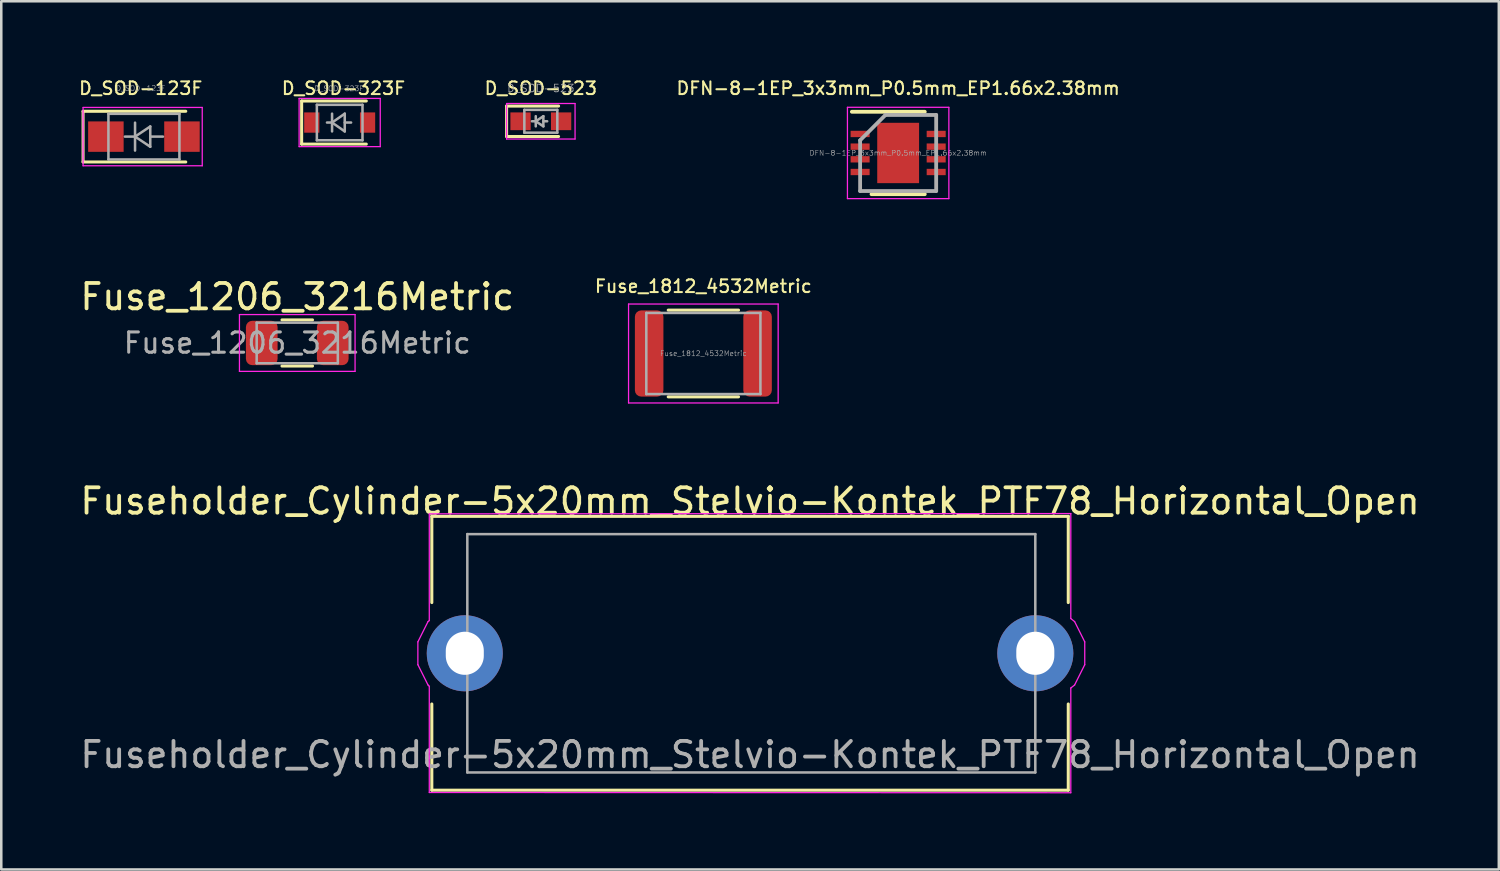
<source format=kicad_pcb>
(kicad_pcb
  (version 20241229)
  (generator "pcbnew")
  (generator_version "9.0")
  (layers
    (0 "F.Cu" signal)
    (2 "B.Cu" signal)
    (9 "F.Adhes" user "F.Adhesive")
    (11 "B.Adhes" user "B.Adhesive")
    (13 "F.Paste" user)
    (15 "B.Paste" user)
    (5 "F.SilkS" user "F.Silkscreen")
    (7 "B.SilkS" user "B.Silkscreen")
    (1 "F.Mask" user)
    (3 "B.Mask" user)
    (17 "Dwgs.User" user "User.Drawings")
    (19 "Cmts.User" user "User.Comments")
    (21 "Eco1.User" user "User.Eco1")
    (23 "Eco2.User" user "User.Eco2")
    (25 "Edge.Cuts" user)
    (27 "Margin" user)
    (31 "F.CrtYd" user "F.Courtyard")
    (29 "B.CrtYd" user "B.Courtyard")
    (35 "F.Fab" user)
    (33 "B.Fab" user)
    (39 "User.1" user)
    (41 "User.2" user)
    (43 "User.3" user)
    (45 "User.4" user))
  (footprint "D_SOD-523"
    (layer "F.Cu")
    (at 18.279 1.733)
    (property "Reference" "D_SOD-523" (at 0 -1.3 0) (layer "F.SilkS") (effects (font (size 0.5 0.5) (thickness 0.08))))
    (attr smd)
    (fp_line (start -1.35 -0.6) (end -1.35 0.6) (stroke (width 0.12) (type solid)) (layer "F.SilkS"))
    (fp_line (start 0.7 -0.6) (end -1.35 -0.6) (stroke (width 0.12) (type solid)) (layer "F.SilkS"))
    (fp_line (start 0.7 0.6) (end -1.35 0.6) (stroke (width 0.12) (type solid)) (layer "F.SilkS"))
    (fp_line (start -1.35 -0.7) (end 1.35 -0.7) (stroke (width 0.05) (type solid)) (layer "F.CrtYd"))
    (fp_line (start -1.35 0.7) (end -1.35 -0.7) (stroke (width 0.05) (type solid)) (layer "F.CrtYd"))
    (fp_line (start 1.35 -0.7) (end 1.35 0.7) (stroke (width 0.05) (type solid)) (layer "F.CrtYd"))
    (fp_line (start 1.35 0.7) (end -1.35 0.7) (stroke (width 0.05) (type solid)) (layer "F.CrtYd"))
    (fp_line (start -0.65 -0.45) (end 0.65 -0.45) (stroke (width 0.1) (type solid)) (layer "F.Fab"))
    (fp_line (start -0.65 0.45) (end -0.65 -0.45) (stroke (width 0.1) (type solid)) (layer "F.Fab"))
    (fp_line (start -0.2 0) (end -0.35 0) (stroke (width 0.1) (type solid)) (layer "F.Fab"))
    (fp_line (start -0.2 0) (end 0.1 0.2) (stroke (width 0.1) (type solid)) (layer "F.Fab"))
    (fp_line (start -0.2 0.2) (end -0.2 -0.2) (stroke (width 0.1) (type solid)) (layer "F.Fab"))
    (fp_line (start 0.1 -0.2) (end -0.2 0) (stroke (width 0.1) (type solid)) (layer "F.Fab"))
    (fp_line (start 0.1 0) (end 0.25 0) (stroke (width 0.1) (type solid)) (layer "F.Fab"))
    (fp_line (start 0.1 0.2) (end 0.1 -0.2) (stroke (width 0.1) (type solid)) (layer "F.Fab"))
    (fp_line (start 0.65 -0.45) (end 0.65 0.45) (stroke (width 0.1) (type solid)) (layer "F.Fab"))
    (fp_line (start 0.65 0.45) (end -0.65 0.45) (stroke (width 0.1) (type solid)) (layer "F.Fab"))
    (fp_text user "${REFERENCE}" (at 0 -1.3 0) (layer "F.Fab") (effects (font (size 0.3 0.3) (thickness 0.03))))
    (pad "1" smd rect (at -0.8 0 180) (size 0.8 0.7) (layers "F.Cu" "F.Mask" "F.Paste"))
    (pad "2" smd rect (at 0.8 0 180) (size 0.8 0.7) (layers "F.Cu" "F.Mask" "F.Paste")))
  (footprint "D_SOD-323F"
    (layer "F.Cu")
    (at 10.346 1.783)
    (property "Reference" "D_SOD-323F" (at 0.15 -1.35 0) (layer "F.SilkS") (effects (font (size 0.5 0.5) (thickness 0.08))))
    (attr smd)
    (fp_line (start -1.5 -0.85) (end -1.5 0.85) (stroke (width 0.12) (type solid)) (layer "F.SilkS"))
    (fp_line (start -1.5 -0.85) (end 1.05 -0.85) (stroke (width 0.12) (type solid)) (layer "F.SilkS"))
    (fp_line (start -1.5 0.85) (end 1.05 0.85) (stroke (width 0.12) (type solid)) (layer "F.SilkS"))
    (fp_line (start -1.6 -0.95) (end -1.6 0.95) (stroke (width 0.05) (type solid)) (layer "F.CrtYd"))
    (fp_line (start -1.6 -0.95) (end 1.6 -0.95) (stroke (width 0.05) (type solid)) (layer "F.CrtYd"))
    (fp_line (start -1.6 0.95) (end 1.6 0.95) (stroke (width 0.05) (type solid)) (layer "F.CrtYd"))
    (fp_line (start 1.6 -0.95) (end 1.6 0.95) (stroke (width 0.05) (type solid)) (layer "F.CrtYd"))
    (fp_line (start -0.9 -0.7) (end 0.9 -0.7) (stroke (width 0.1) (type solid)) (layer "F.Fab"))
    (fp_line (start -0.9 0.7) (end -0.9 -0.7) (stroke (width 0.1) (type solid)) (layer "F.Fab"))
    (fp_line (start -0.3 -0.35) (end -0.3 0.35) (stroke (width 0.1) (type solid)) (layer "F.Fab"))
    (fp_line (start -0.3 0) (end -0.5 0) (stroke (width 0.1) (type solid)) (layer "F.Fab"))
    (fp_line (start -0.3 0) (end 0.2 -0.35) (stroke (width 0.1) (type solid)) (layer "F.Fab"))
    (fp_line (start 0.2 -0.35) (end 0.2 0.35) (stroke (width 0.1) (type solid)) (layer "F.Fab"))
    (fp_line (start 0.2 0) (end 0.45 0) (stroke (width 0.1) (type solid)) (layer "F.Fab"))
    (fp_line (start 0.2 0.35) (end -0.3 0) (stroke (width 0.1) (type solid)) (layer "F.Fab"))
    (fp_line (start 0.9 -0.7) (end 0.9 0.7) (stroke (width 0.1) (type solid)) (layer "F.Fab"))
    (fp_line (start 0.9 0.7) (end -0.9 0.7) (stroke (width 0.1) (type solid)) (layer "F.Fab"))
    (fp_text user "${REFERENCE}" (at -0.03 -1.34 0) (layer "F.Fab") (effects (font (size 0.2 0.2) (thickness 0.02))))
    (pad "1" smd rect (at -1.1 0) (size 0.6 0.8) (layers "F.Cu" "F.Mask" "F.Paste"))
    (pad "2" smd rect (at 1.1 0) (size 0.6 0.8) (layers "F.Cu" "F.Mask" "F.Paste")))
  (footprint "Fuse_1812_4532Metric"
    (layer "F.Cu")
    (at 24.689 10.891)
    (property "Reference" "Fuse_1812_4532Metric" (at 0 -2.65 0) (layer "F.SilkS") (effects (font (size 0.5 0.5) (thickness 0.08))))
    (attr smd)
    (fp_line (start -1.386 -1.71) (end 1.386 -1.71) (stroke (width 0.12) (type solid)) (layer "F.SilkS"))
    (fp_line (start -1.386 1.71) (end 1.386 1.71) (stroke (width 0.12) (type solid)) (layer "F.SilkS"))
    (fp_line (start -2.95 -1.95) (end 2.95 -1.95) (stroke (width 0.05) (type solid)) (layer "F.CrtYd"))
    (fp_line (start -2.95 1.95) (end -2.95 -1.95) (stroke (width 0.05) (type solid)) (layer "F.CrtYd"))
    (fp_line (start 2.95 -1.95) (end 2.95 1.95) (stroke (width 0.05) (type solid)) (layer "F.CrtYd"))
    (fp_line (start 2.95 1.95) (end -2.95 1.95) (stroke (width 0.05) (type solid)) (layer "F.CrtYd"))
    (fp_line (start -2.25 -1.6) (end 2.25 -1.6) (stroke (width 0.1) (type solid)) (layer "F.Fab"))
    (fp_line (start -2.25 1.6) (end -2.25 -1.6) (stroke (width 0.1) (type solid)) (layer "F.Fab"))
    (fp_line (start 2.25 -1.6) (end 2.25 1.6) (stroke (width 0.1) (type solid)) (layer "F.Fab"))
    (fp_line (start 2.25 1.6) (end -2.25 1.6) (stroke (width 0.1) (type solid)) (layer "F.Fab"))
    (fp_text user "${REFERENCE}" (at 0 0 0) (layer "F.Fab") (effects (font (size 0.2 0.2) (thickness 0.02))))
    (pad "1" smd roundrect (at -2.138 0) (size 1.125 3.4) (layers "F.Cu" "F.Mask" "F.Paste") (roundrect_rratio 0.222))
    (pad "2" smd roundrect (at 2.138 0) (size 1.125 3.4) (layers "F.Cu" "F.Mask" "F.Paste") (roundrect_rratio 0.222)))
  (footprint "Fuse_1206_3216Metric"
    (layer "F.Cu")
    (at 8.673 10.476)
    (property "Reference" "Fuse_1206_3216Metric" (at 0 -1.82 0) (layer "F.SilkS") (effects (font (size 1 1) (thickness 0.15))))
    (attr smd)
    (fp_line (start -0.602 -0.91) (end 0.602 -0.91) (stroke (width 0.12) (type solid)) (layer "F.SilkS"))
    (fp_line (start -0.602 0.91) (end 0.602 0.91) (stroke (width 0.12) (type solid)) (layer "F.SilkS"))
    (fp_line (start -2.28 -1.12) (end 2.28 -1.12) (stroke (width 0.05) (type solid)) (layer "F.CrtYd"))
    (fp_line (start -2.28 1.12) (end -2.28 -1.12) (stroke (width 0.05) (type solid)) (layer "F.CrtYd"))
    (fp_line (start 2.28 -1.12) (end 2.28 1.12) (stroke (width 0.05) (type solid)) (layer "F.CrtYd"))
    (fp_line (start 2.28 1.12) (end -2.28 1.12) (stroke (width 0.05) (type solid)) (layer "F.CrtYd"))
    (fp_line (start -1.6 -0.8) (end 1.6 -0.8) (stroke (width 0.1) (type solid)) (layer "F.Fab"))
    (fp_line (start -1.6 0.8) (end -1.6 -0.8) (stroke (width 0.1) (type solid)) (layer "F.Fab"))
    (fp_line (start 1.6 -0.8) (end 1.6 0.8) (stroke (width 0.1) (type solid)) (layer "F.Fab"))
    (fp_line (start 1.6 0.8) (end -1.6 0.8) (stroke (width 0.1) (type solid)) (layer "F.Fab"))
    (fp_text user "${REFERENCE}" (at 0 0 0) (layer "F.Fab") (effects (font (size 0.8 0.8) (thickness 0.12))))
    (pad "1" smd roundrect (at -1.4 0) (size 1.25 1.75) (layers "F.Cu" "F.Mask" "F.Paste") (roundrect_rratio 0.2))
    (pad "2" smd roundrect (at 1.4 0) (size 1.25 1.75) (layers "F.Cu" "F.Mask" "F.Paste") (roundrect_rratio 0.2)))
  (footprint "Fuseholder_Cylinder-5x20mm_Stelvio-Kontek_PTF78_Horizontal_Open"
    (layer "F.Cu")
    (at 15.28 22.714)
    (property "Reference" "Fuseholder_Cylinder-5x20mm_Stelvio-Kontek_PTF78_Horizontal_Open" (at 11.25 -6 0) (layer "F.SilkS") (effects (font (size 1 1) (thickness 0.15))))
    (attr through_hole)
    (fp_line (start -1.3 -5.4) (end 23.8 -5.4) (stroke (width 0.12) (type solid)) (layer "F.SilkS"))
    (fp_line (start -1.3 -2) (end -1.3 -5.4) (stroke (width 0.12) (type solid)) (layer "F.SilkS"))
    (fp_line (start -1.3 5.4) (end -1.3 2) (stroke (width 0.12) (type solid)) (layer "F.SilkS"))
    (fp_line (start -1.3 5.4) (end 23.8 5.4) (stroke (width 0.12) (type solid)) (layer "F.SilkS"))
    (fp_line (start 23.8 -2) (end 23.8 -5.4) (stroke (width 0.12) (type solid)) (layer "F.SilkS"))
    (fp_line (start 23.8 5.4) (end 23.8 2) (stroke (width 0.12) (type solid)) (layer "F.SilkS"))
    (fp_line (start -1.85 -0.45) (end -1.85 0.45) (stroke (width 0.05) (type solid)) (layer "F.CrtYd"))
    (fp_line (start -1.85 -0.45) (end -1.45 -1.25) (stroke (width 0.05) (type solid)) (layer "F.CrtYd"))
    (fp_line (start -1.45 1.25) (end -1.85 0.45) (stroke (width 0.05) (type solid)) (layer "F.CrtYd"))
    (fp_line (start -1.45 1.25) (end -1.4 1.3) (stroke (width 0.05) (type solid)) (layer "F.CrtYd"))
    (fp_line (start -1.4 -5.5) (end 23.9 -5.51) (stroke (width 0.05) (type solid)) (layer "F.CrtYd"))
    (fp_line (start -1.4 -1.29) (end -1.45 -1.25) (stroke (width 0.05) (type solid)) (layer "F.CrtYd"))
    (fp_line (start -1.4 -1.29) (end -1.4 -5.5) (stroke (width 0.05) (type solid)) (layer "F.CrtYd"))
    (fp_line (start -1.4 5.49) (end -1.4 1.3) (stroke (width 0.05) (type solid)) (layer "F.CrtYd"))
    (fp_line (start 23.9 -1.37) (end 23.9 -5.51) (stroke (width 0.05) (type solid)) (layer "F.CrtYd"))
    (fp_line (start 23.9 1.37) (end 23.9 5.5) (stroke (width 0.05) (type solid)) (layer "F.CrtYd"))
    (fp_line (start 23.9 1.37) (end 24.05 1.25) (stroke (width 0.05) (type solid)) (layer "F.CrtYd"))
    (fp_line (start 23.9 5.5) (end -1.4 5.49) (stroke (width 0.05) (type solid)) (layer "F.CrtYd"))
    (fp_line (start 24.05 -1.25) (end 23.9 -1.37) (stroke (width 0.05) (type solid)) (layer "F.CrtYd"))
    (fp_line (start 24.05 1.25) (end 24.45 0.45) (stroke (width 0.05) (type solid)) (layer "F.CrtYd"))
    (fp_line (start 24.45 -0.45) (end 24.05 -1.25) (stroke (width 0.05) (type solid)) (layer "F.CrtYd"))
    (fp_line (start 24.45 0.45) (end 24.45 -0.45) (stroke (width 0.05) (type solid)) (layer "F.CrtYd"))
    (fp_line (start 0.1 -4.7) (end 0.1 4.7) (stroke (width 0.1) (type solid)) (layer "F.Fab"))
    (fp_line (start 0.1 4.7) (end 22.5 4.7) (stroke (width 0.1) (type solid)) (layer "F.Fab"))
    (fp_line (start 22.5 -4.7) (end 0.1 -4.7) (stroke (width 0.1) (type solid)) (layer "F.Fab"))
    (fp_line (start 22.5 4.7) (end 22.5 -4.7) (stroke (width 0.1) (type solid)) (layer "F.Fab"))
    (fp_text user "${REFERENCE}" (at 11.25 4 0) (layer "F.Fab") (effects (font (size 1 1) (thickness 0.15))))
    (pad "1" thru_hole circle (at 0 0) (size 3 3) (drill oval 1.5 1.7) (layers "*.Cu" "*.Mask"))
    (pad "2" thru_hole circle (at 22.5 0) (size 3 3) (drill oval 1.5 1.7) (layers "*.Cu" "*.Mask")))
  (footprint "DFN-8-1EP_3x3mm_P0.5mm_EP1.66x2.38mm"
    (layer "F.Cu")
    (at 32.371 2.983)
    (property "Reference" "DFN-8-1EP_3x3mm_P0.5mm_EP1.66x2.38mm" (at 0 -2.55 0) (layer "F.SilkS") (effects (font (size 0.5 0.5) (thickness 0.08))))
    (attr exclude_from_pos_files exclude_from_bom)
    (fp_line (start -1.825 -1.625) (end 1.05 -1.625) (stroke (width 0.15) (type solid)) (layer "F.SilkS"))
    (fp_line (start -1.05 1.625) (end 1.05 1.625) (stroke (width 0.15) (type solid)) (layer "F.SilkS"))
    (fp_line (start -2 -1.8) (end -2 1.8) (stroke (width 0.05) (type solid)) (layer "F.CrtYd"))
    (fp_line (start -2 -1.8) (end 2 -1.8) (stroke (width 0.05) (type solid)) (layer "F.CrtYd"))
    (fp_line (start -2 1.8) (end 2 1.8) (stroke (width 0.05) (type solid)) (layer "F.CrtYd"))
    (fp_line (start 2 -1.8) (end 2 1.8) (stroke (width 0.05) (type solid)) (layer "F.CrtYd"))
    (fp_line (start -1.5 -0.5) (end -0.5 -1.5) (stroke (width 0.15) (type solid)) (layer "F.Fab"))
    (fp_line (start -1.5 1.5) (end -1.5 -0.5) (stroke (width 0.15) (type solid)) (layer "F.Fab"))
    (fp_line (start -0.5 -1.5) (end 1.5 -1.5) (stroke (width 0.15) (type solid)) (layer "F.Fab"))
    (fp_line (start 1.5 -1.5) (end 1.5 1.5) (stroke (width 0.15) (type solid)) (layer "F.Fab"))
    (fp_line (start 1.5 1.5) (end -1.5 1.5) (stroke (width 0.15) (type solid)) (layer "F.Fab"))
    (fp_text user "${REFERENCE}" (at 0 0 0) (layer "F.Fab") (effects (font (size 0.2 0.2) (thickness 0.02))))
    (pad "" smd rect (at -0.415 -0.595) (size 0.64 1) (layers "F.Paste"))
    (pad "" smd rect (at -0.415 0.595) (size 0.64 1) (layers "F.Paste"))
    (pad "" smd rect (at 0.415 -0.595) (size 0.64 1) (layers "F.Paste"))
    (pad "" smd rect (at 0.415 0.595) (size 0.64 1) (layers "F.Paste"))
    (pad "0" smd rect (at 0 0) (size 1.65 2.38) (layers "F.Cu" "F.Mask"))
    (pad "1" smd rect (at -1.5 -0.75) (size 0.75 0.25) (layers "F.Cu" "F.Mask" "F.Paste"))
    (pad "2" smd rect (at -1.5 -0.25) (size 0.75 0.25) (layers "F.Cu" "F.Mask" "F.Paste"))
    (pad "3" smd rect (at -1.5 0.25) (size 0.75 0.25) (layers "F.Cu" "F.Mask" "F.Paste"))
    (pad "4" smd rect (at -1.5 0.75) (size 0.75 0.25) (layers "F.Cu" "F.Mask" "F.Paste"))
    (pad "5" smd rect (at 1.5 0.75) (size 0.75 0.25) (layers "F.Cu" "F.Mask" "F.Paste"))
    (pad "6" smd rect (at 1.5 0.25) (size 0.75 0.25) (layers "F.Cu" "F.Mask" "F.Paste"))
    (pad "7" smd rect (at 1.5 -0.25) (size 0.75 0.25) (layers "F.Cu" "F.Mask" "F.Paste"))
    (pad "8" smd rect (at 1.5 -0.75) (size 0.75 0.25) (layers "F.Cu" "F.Mask" "F.Paste")))
  (footprint "D_SOD-123F"
    (layer "F.Cu")
    (at 2.626 2.338)
    (property "Reference" "D_SOD-123F" (at -0.127 -1.905 0) (layer "F.SilkS") (effects (font (size 0.5 0.5) (thickness 0.08))))
    (attr smd)
    (fp_line (start -2.4 -1) (end -2.4 1) (stroke (width 0.12) (type solid)) (layer "F.SilkS"))
    (fp_line (start -2.4 -1) (end 1.65 -1) (stroke (width 0.12) (type solid)) (layer "F.SilkS"))
    (fp_line (start -2.4 1) (end 1.65 1) (stroke (width 0.12) (type solid)) (layer "F.SilkS"))
    (fp_line (start -2.4 -1.15) (end -2.4 1.15) (stroke (width 0.05) (type solid)) (layer "F.CrtYd"))
    (fp_line (start -2.4 -1.15) (end 2.3 -1.15) (stroke (width 0.05) (type solid)) (layer "F.CrtYd"))
    (fp_line (start 2.3 -1.15) (end 2.3 1.15) (stroke (width 0.05) (type solid)) (layer "F.CrtYd"))
    (fp_line (start 2.3 1.15) (end -2.4 1.15) (stroke (width 0.05) (type solid)) (layer "F.CrtYd"))
    (fp_line (start -1.4 -0.9) (end 1.4 -0.9) (stroke (width 0.1) (type solid)) (layer "F.Fab"))
    (fp_line (start -1.4 0.9) (end -1.4 -0.9) (stroke (width 0.1) (type solid)) (layer "F.Fab"))
    (fp_line (start -0.75 0) (end -0.35 0) (stroke (width 0.1) (type solid)) (layer "F.Fab"))
    (fp_line (start -0.35 0) (end -0.35 -0.55) (stroke (width 0.1) (type solid)) (layer "F.Fab"))
    (fp_line (start -0.35 0) (end -0.35 0.55) (stroke (width 0.1) (type solid)) (layer "F.Fab"))
    (fp_line (start -0.35 0) (end 0.25 -0.4) (stroke (width 0.1) (type solid)) (layer "F.Fab"))
    (fp_line (start 0.25 -0.4) (end 0.25 0.4) (stroke (width 0.1) (type solid)) (layer "F.Fab"))
    (fp_line (start 0.25 0) (end 0.75 0) (stroke (width 0.1) (type solid)) (layer "F.Fab"))
    (fp_line (start 0.25 0.4) (end -0.35 0) (stroke (width 0.1) (type solid)) (layer "F.Fab"))
    (fp_line (start 1.4 -0.9) (end 1.4 0.9) (stroke (width 0.1) (type solid)) (layer "F.Fab"))
    (fp_line (start 1.4 0.9) (end -1.4 0.9) (stroke (width 0.1) (type solid)) (layer "F.Fab"))
    (fp_text user "${REFERENCE}" (at -0.127 -1.905 0) (layer "F.Fab") (effects (font (size 0.2 0.2) (thickness 0.02))))
    (pad "1" smd rect (at -1.5 0) (size 1.4 1.2) (layers "F.Cu" "F.Mask" "F.Paste"))
    (pad "2" smd rect (at 1.5 0) (size 1.4 1.2) (layers "F.Cu" "F.Mask" "F.Paste")))
  (gr_rect
    (start -3 -3)
    (end 56.06 31.239)
    (stroke (width 0.1) (type default))
    (fill no)
    (layer "Edge.Cuts")))
</source>
